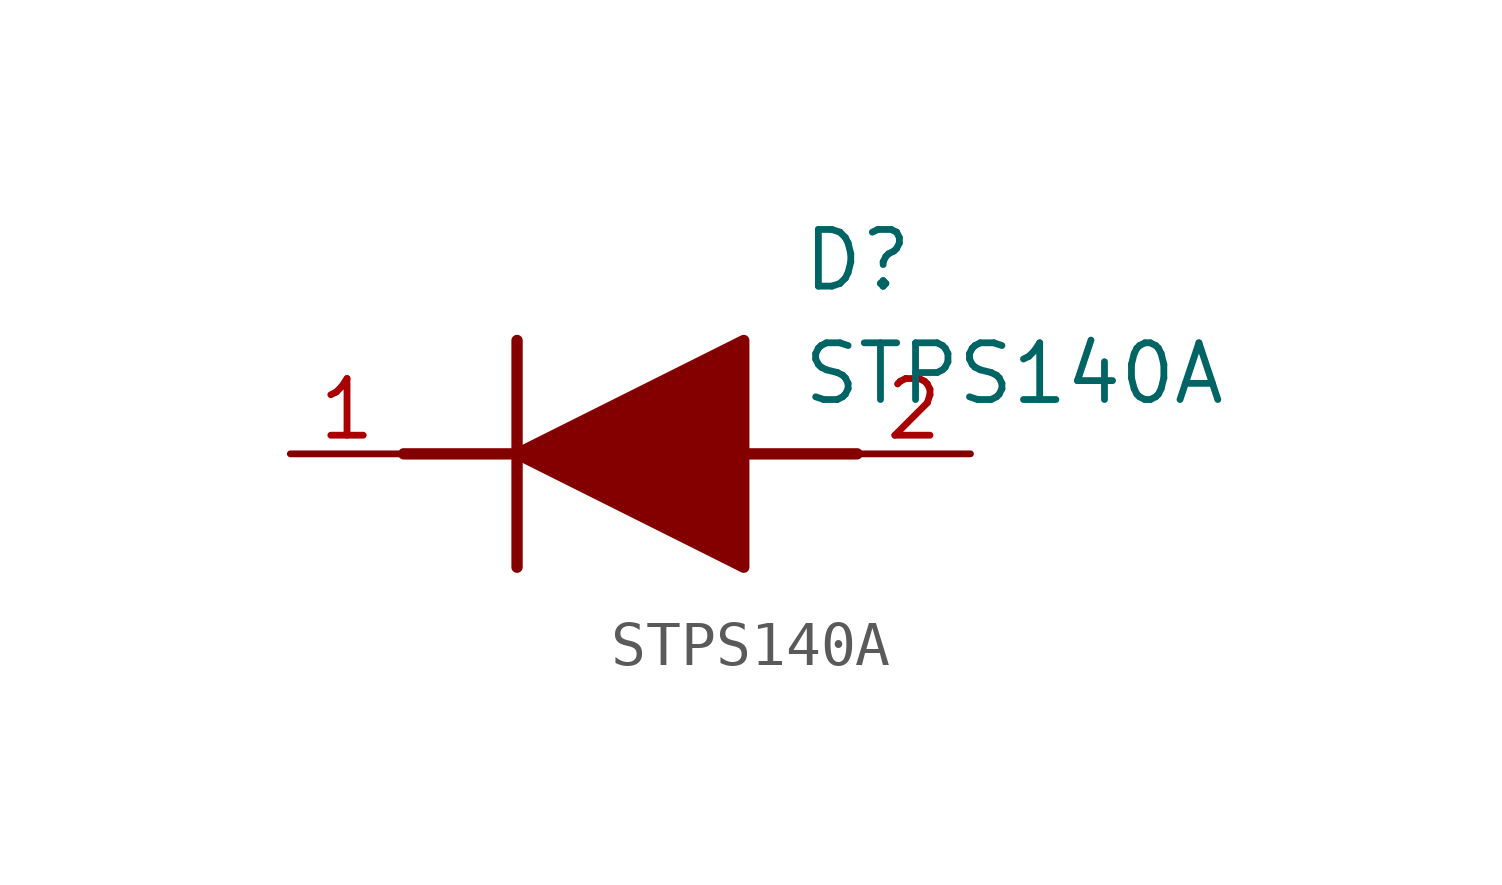
<source format=kicad_sym>
(kicad_symbol_lib
  (version 20211014)
  (generator SamacSys_ECAD_Model)
  (symbol "STPS140A"
    (pin_names hide)
    (property "Reference" "D"
      (at 11.43 5.08 0)
      (effects (font (size 1.27 1.27)) (justify left top)))
    (property "Value" "STPS140A"
      (at 11.43 2.54 0)
      (effects (font (size 1.27 1.27)) (justify left top)))
    (polyline
      (pts (xy 5.08 2.54) (xy 5.08 -2.54))
      (stroke (width 0.254) (type default))
      (fill (type none)))
    (polyline
      (pts (xy 2.54 0) (xy 5.08 0))
      (stroke (width 0.254) (type default))
      (fill (type none)))
    (polyline
      (pts (xy 10.16 0) (xy 12.7 0))
      (stroke (width 0.254) (type default))
      (fill (type none)))
    (polyline
      (pts (xy 5.08 0) (xy 10.16 2.54) (xy 10.16 -2.54) (xy 5.08 0))
      (stroke (width 0.254) (type default))
      (fill (type outline)))
    (pin passive line
      (at 0 0 0)
      (length 2.54)
      (name "K" (effects (font (size 1.27 1.27))))
      (number "1" (effects (font (size 1.27 1.27)))))
    (pin passive line
      (at 15.24 0 180)
      (length 2.54)
      (name "A" (effects (font (size 1.27 1.27))))
      (number "2" (effects (font (size 1.27 1.27)))))))
</source>
